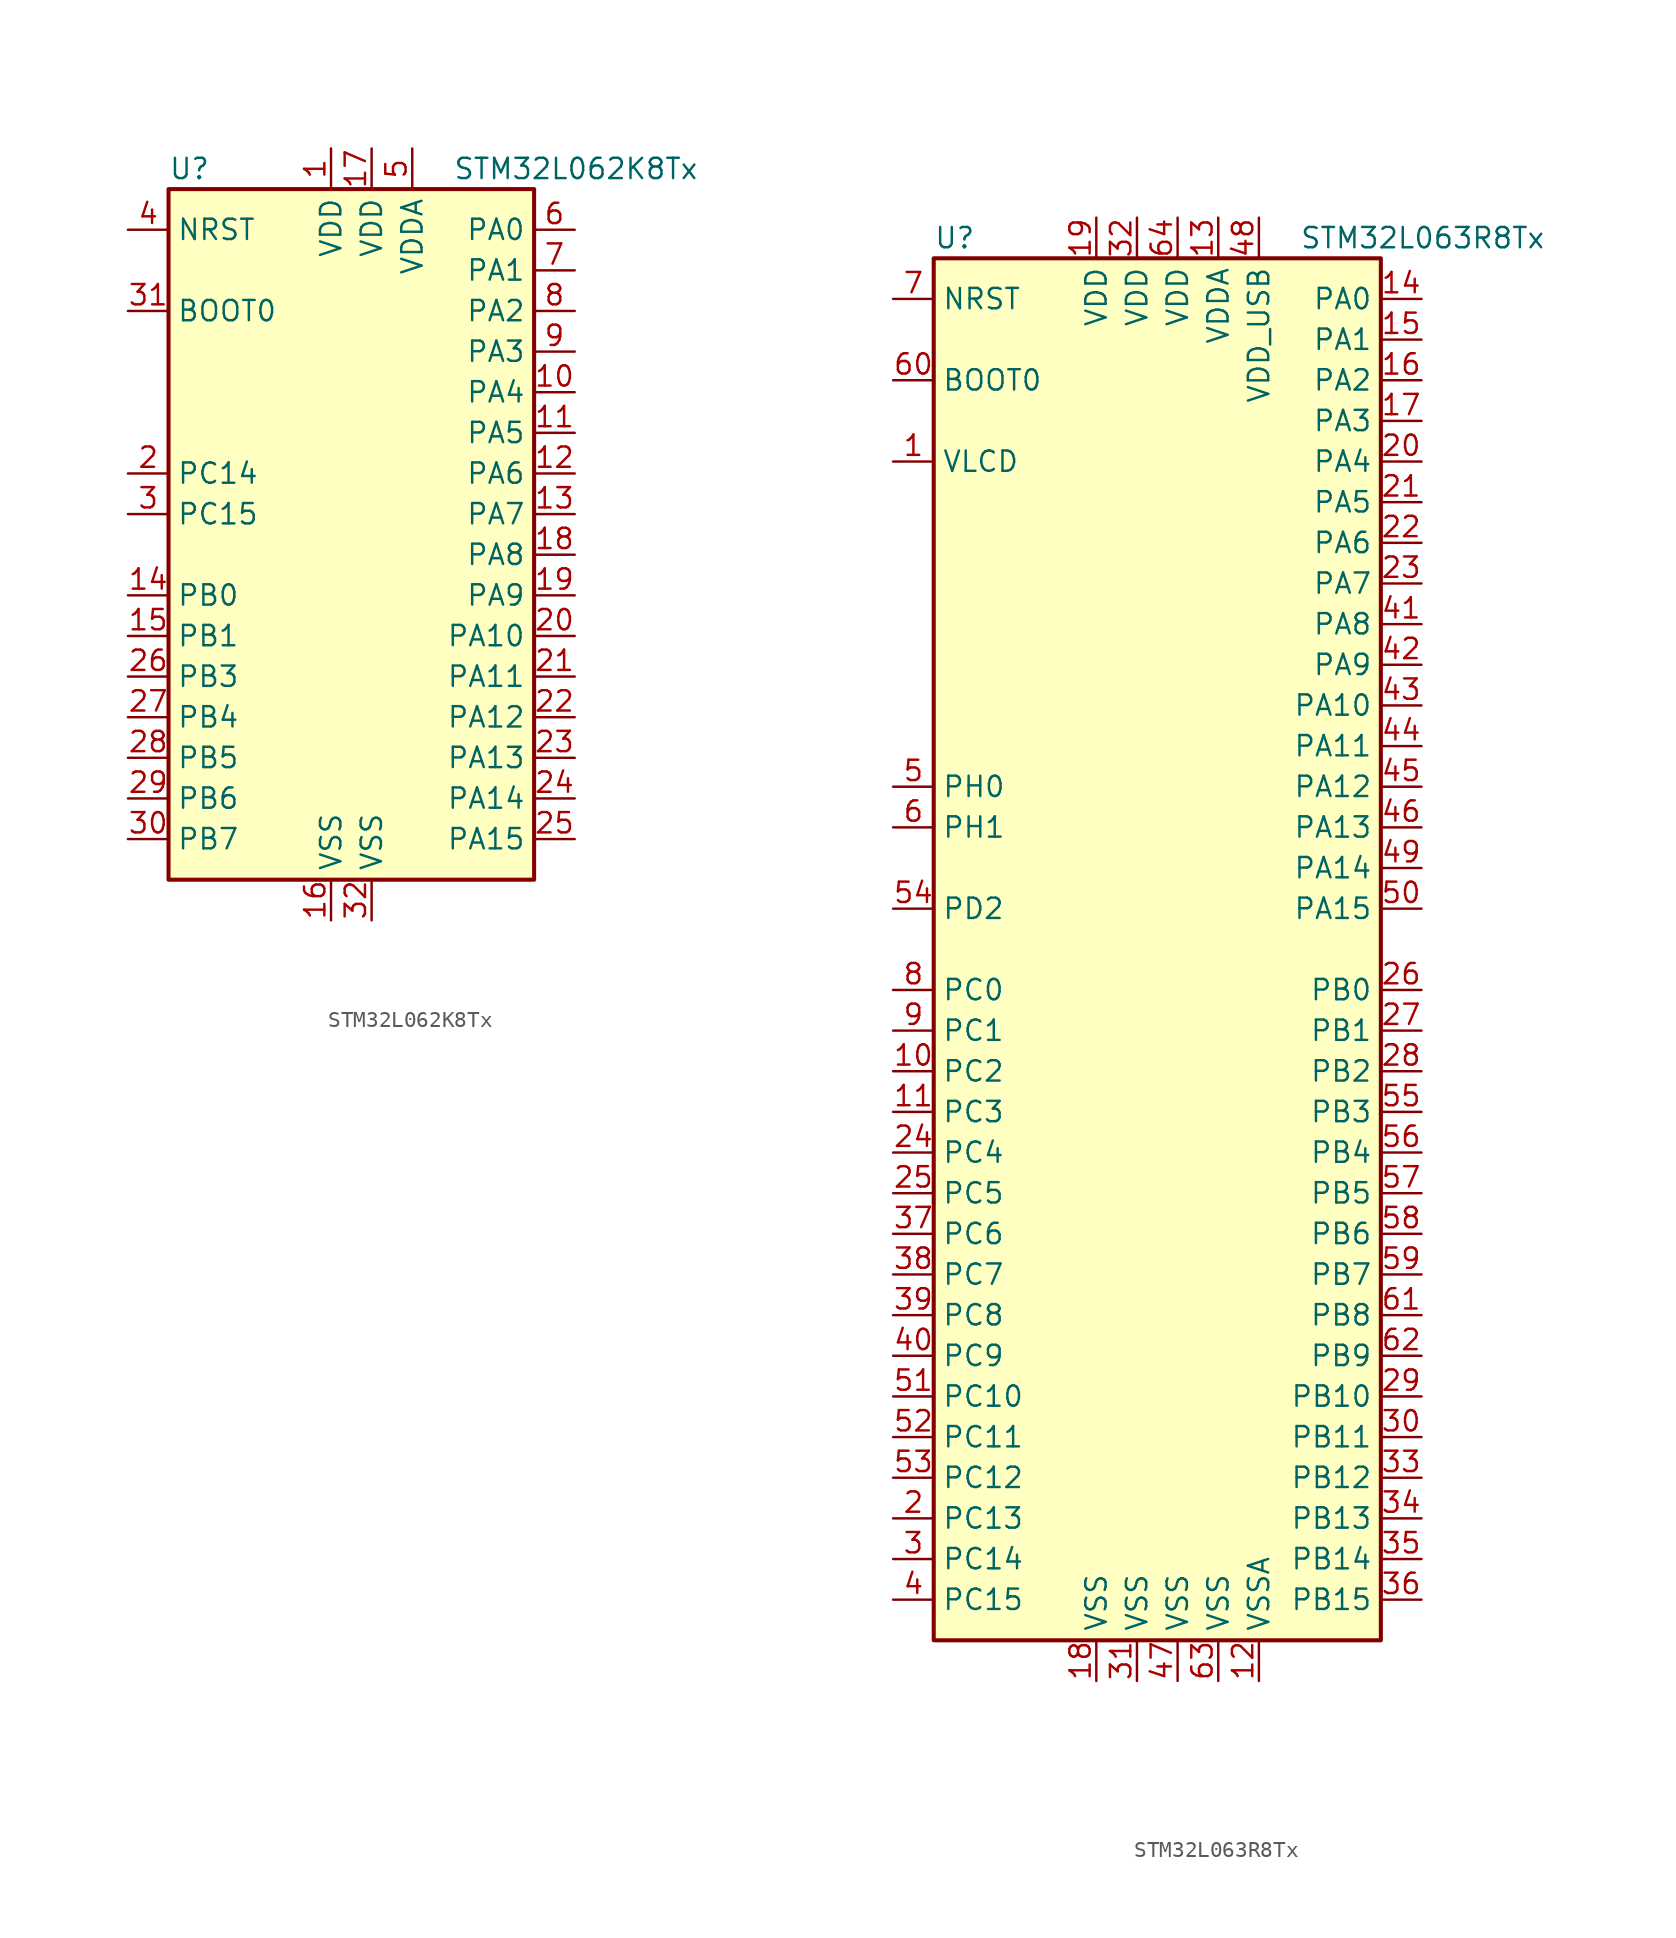
<source format=kicad_sym>
(kicad_symbol_lib
  (version 20201005)
  (generator kicad_symbol_editor)
  (symbol "STM32L062K8Tx"
    (property "Reference" "U"
      (at -12.7 21.59 0)
      (effects (font (size 1.27 1.27)) (justify left)))
    (property "Value" "STM32L062K8Tx"
      (at 5.08 21.59 0)
      (effects (font (size 1.27 1.27)) (justify left)))
    (symbol "STM32L062K8Tx_0_1"
      (rectangle (start -12.7 -22.86) (end 10.16 20.32) (stroke (width 0.254)) (fill (type background))))
    (symbol "STM32L062K8Tx_1_1"
      (pin power_in line (at -2.54 22.86 270) (length 2.54) (name "VDD" (effects (font (size 1.27 1.27)))) (number "1" (effects (font (size 1.27 1.27)))))
      (pin bidirectional line (at 12.7 7.62 180) (length 2.54) (name "PA4" (effects (font (size 1.27 1.27)))) (number "10" (effects (font (size 1.27 1.27)))))
      (pin bidirectional line (at 12.7 5.08 180) (length 2.54) (name "PA5" (effects (font (size 1.27 1.27)))) (number "11" (effects (font (size 1.27 1.27)))))
      (pin bidirectional line (at 12.7 2.54 180) (length 2.54) (name "PA6" (effects (font (size 1.27 1.27)))) (number "12" (effects (font (size 1.27 1.27)))))
      (pin bidirectional line (at 12.7 0 180) (length 2.54) (name "PA7" (effects (font (size 1.27 1.27)))) (number "13" (effects (font (size 1.27 1.27)))))
      (pin bidirectional line (at -15.24 -5.08 0) (length 2.54) (name "PB0" (effects (font (size 1.27 1.27)))) (number "14" (effects (font (size 1.27 1.27)))))
      (pin bidirectional line (at -15.24 -7.62 0) (length 2.54) (name "PB1" (effects (font (size 1.27 1.27)))) (number "15" (effects (font (size 1.27 1.27)))))
      (pin power_in line (at -2.54 -25.4 90) (length 2.54) (name "VSS" (effects (font (size 1.27 1.27)))) (number "16" (effects (font (size 1.27 1.27)))))
      (pin power_in line (at 0 22.86 270) (length 2.54) (name "VDD" (effects (font (size 1.27 1.27)))) (number "17" (effects (font (size 1.27 1.27)))))
      (pin bidirectional line (at 12.7 -2.54 180) (length 2.54) (name "PA8" (effects (font (size 1.27 1.27)))) (number "18" (effects (font (size 1.27 1.27)))))
      (pin bidirectional line (at 12.7 -5.08 180) (length 2.54) (name "PA9" (effects (font (size 1.27 1.27)))) (number "19" (effects (font (size 1.27 1.27)))))
      (pin bidirectional line (at -15.24 2.54 0) (length 2.54) (name "PC14" (effects (font (size 1.27 1.27)))) (number "2" (effects (font (size 1.27 1.27)))))
      (pin bidirectional line (at 12.7 -7.62 180) (length 2.54) (name "PA10" (effects (font (size 1.27 1.27)))) (number "20" (effects (font (size 1.27 1.27)))))
      (pin bidirectional line (at 12.7 -10.16 180) (length 2.54) (name "PA11" (effects (font (size 1.27 1.27)))) (number "21" (effects (font (size 1.27 1.27)))))
      (pin bidirectional line (at 12.7 -12.7 180) (length 2.54) (name "PA12" (effects (font (size 1.27 1.27)))) (number "22" (effects (font (size 1.27 1.27)))))
      (pin bidirectional line (at 12.7 -15.24 180) (length 2.54) (name "PA13" (effects (font (size 1.27 1.27)))) (number "23" (effects (font (size 1.27 1.27)))))
      (pin bidirectional line (at 12.7 -17.78 180) (length 2.54) (name "PA14" (effects (font (size 1.27 1.27)))) (number "24" (effects (font (size 1.27 1.27)))))
      (pin bidirectional line (at 12.7 -20.32 180) (length 2.54) (name "PA15" (effects (font (size 1.27 1.27)))) (number "25" (effects (font (size 1.27 1.27)))))
      (pin bidirectional line (at -15.24 -10.16 0) (length 2.54) (name "PB3" (effects (font (size 1.27 1.27)))) (number "26" (effects (font (size 1.27 1.27)))))
      (pin bidirectional line (at -15.24 -12.7 0) (length 2.54) (name "PB4" (effects (font (size 1.27 1.27)))) (number "27" (effects (font (size 1.27 1.27)))))
      (pin bidirectional line (at -15.24 -15.24 0) (length 2.54) (name "PB5" (effects (font (size 1.27 1.27)))) (number "28" (effects (font (size 1.27 1.27)))))
      (pin bidirectional line (at -15.24 -17.78 0) (length 2.54) (name "PB6" (effects (font (size 1.27 1.27)))) (number "29" (effects (font (size 1.27 1.27)))))
      (pin bidirectional line (at -15.24 0 0) (length 2.54) (name "PC15" (effects (font (size 1.27 1.27)))) (number "3" (effects (font (size 1.27 1.27)))))
      (pin bidirectional line (at -15.24 -20.32 0) (length 2.54) (name "PB7" (effects (font (size 1.27 1.27)))) (number "30" (effects (font (size 1.27 1.27)))))
      (pin input line (at -15.24 12.7 0) (length 2.54) (name "BOOT0" (effects (font (size 1.27 1.27)))) (number "31" (effects (font (size 1.27 1.27)))))
      (pin power_in line (at 0 -25.4 90) (length 2.54) (name "VSS" (effects (font (size 1.27 1.27)))) (number "32" (effects (font (size 1.27 1.27)))))
      (pin input line (at -15.24 17.78 0) (length 2.54) (name "NRST" (effects (font (size 1.27 1.27)))) (number "4" (effects (font (size 1.27 1.27)))))
      (pin power_in line (at 2.54 22.86 270) (length 2.54) (name "VDDA" (effects (font (size 1.27 1.27)))) (number "5" (effects (font (size 1.27 1.27)))))
      (pin bidirectional line (at 12.7 17.78 180) (length 2.54) (name "PA0" (effects (font (size 1.27 1.27)))) (number "6" (effects (font (size 1.27 1.27)))))
      (pin bidirectional line (at 12.7 15.24 180) (length 2.54) (name "PA1" (effects (font (size 1.27 1.27)))) (number "7" (effects (font (size 1.27 1.27)))))
      (pin bidirectional line (at 12.7 12.7 180) (length 2.54) (name "PA2" (effects (font (size 1.27 1.27)))) (number "8" (effects (font (size 1.27 1.27)))))
      (pin bidirectional line (at 12.7 10.16 180) (length 2.54) (name "PA3" (effects (font (size 1.27 1.27)))) (number "9" (effects (font (size 1.27 1.27)))))))
  (symbol "STM32L063R8Tx"
    (property "Reference" "U"
      (at -15.24 44.45 0)
      (effects (font (size 1.27 1.27)) (justify left)))
    (property "Value" "STM32L063R8Tx"
      (at 7.62 44.45 0)
      (effects (font (size 1.27 1.27)) (justify left)))
    (symbol "STM32L063R8Tx_0_1"
      (rectangle (start -15.24 -43.18) (end 12.7 43.18) (stroke (width 0.254)) (fill (type background))))
    (symbol "STM32L063R8Tx_1_1"
      (pin power_in line (at -17.78 30.48 0) (length 2.54) (name "VLCD" (effects (font (size 1.27 1.27)))) (number "1" (effects (font (size 1.27 1.27)))))
      (pin bidirectional line (at -17.78 -7.62 0) (length 2.54) (name "PC2" (effects (font (size 1.27 1.27)))) (number "10" (effects (font (size 1.27 1.27)))))
      (pin bidirectional line (at -17.78 -10.16 0) (length 2.54) (name "PC3" (effects (font (size 1.27 1.27)))) (number "11" (effects (font (size 1.27 1.27)))))
      (pin power_in line (at 5.08 -45.72 90) (length 2.54) (name "VSSA" (effects (font (size 1.27 1.27)))) (number "12" (effects (font (size 1.27 1.27)))))
      (pin power_in line (at 2.54 45.72 270) (length 2.54) (name "VDDA" (effects (font (size 1.27 1.27)))) (number "13" (effects (font (size 1.27 1.27)))))
      (pin bidirectional line (at 15.24 40.64 180) (length 2.54) (name "PA0" (effects (font (size 1.27 1.27)))) (number "14" (effects (font (size 1.27 1.27)))))
      (pin bidirectional line (at 15.24 38.1 180) (length 2.54) (name "PA1" (effects (font (size 1.27 1.27)))) (number "15" (effects (font (size 1.27 1.27)))))
      (pin bidirectional line (at 15.24 35.56 180) (length 2.54) (name "PA2" (effects (font (size 1.27 1.27)))) (number "16" (effects (font (size 1.27 1.27)))))
      (pin bidirectional line (at 15.24 33.02 180) (length 2.54) (name "PA3" (effects (font (size 1.27 1.27)))) (number "17" (effects (font (size 1.27 1.27)))))
      (pin power_in line (at -5.08 -45.72 90) (length 2.54) (name "VSS" (effects (font (size 1.27 1.27)))) (number "18" (effects (font (size 1.27 1.27)))))
      (pin power_in line (at -5.08 45.72 270) (length 2.54) (name "VDD" (effects (font (size 1.27 1.27)))) (number "19" (effects (font (size 1.27 1.27)))))
      (pin bidirectional line (at -17.78 -35.56 0) (length 2.54) (name "PC13" (effects (font (size 1.27 1.27)))) (number "2" (effects (font (size 1.27 1.27)))))
      (pin bidirectional line (at 15.24 30.48 180) (length 2.54) (name "PA4" (effects (font (size 1.27 1.27)))) (number "20" (effects (font (size 1.27 1.27)))))
      (pin bidirectional line (at 15.24 27.94 180) (length 2.54) (name "PA5" (effects (font (size 1.27 1.27)))) (number "21" (effects (font (size 1.27 1.27)))))
      (pin bidirectional line (at 15.24 25.4 180) (length 2.54) (name "PA6" (effects (font (size 1.27 1.27)))) (number "22" (effects (font (size 1.27 1.27)))))
      (pin bidirectional line (at 15.24 22.86 180) (length 2.54) (name "PA7" (effects (font (size 1.27 1.27)))) (number "23" (effects (font (size 1.27 1.27)))))
      (pin bidirectional line (at -17.78 -12.7 0) (length 2.54) (name "PC4" (effects (font (size 1.27 1.27)))) (number "24" (effects (font (size 1.27 1.27)))))
      (pin bidirectional line (at -17.78 -15.24 0) (length 2.54) (name "PC5" (effects (font (size 1.27 1.27)))) (number "25" (effects (font (size 1.27 1.27)))))
      (pin bidirectional line (at 15.24 -2.54 180) (length 2.54) (name "PB0" (effects (font (size 1.27 1.27)))) (number "26" (effects (font (size 1.27 1.27)))))
      (pin bidirectional line (at 15.24 -5.08 180) (length 2.54) (name "PB1" (effects (font (size 1.27 1.27)))) (number "27" (effects (font (size 1.27 1.27)))))
      (pin bidirectional line (at 15.24 -7.62 180) (length 2.54) (name "PB2" (effects (font (size 1.27 1.27)))) (number "28" (effects (font (size 1.27 1.27)))))
      (pin bidirectional line (at 15.24 -27.94 180) (length 2.54) (name "PB10" (effects (font (size 1.27 1.27)))) (number "29" (effects (font (size 1.27 1.27)))))
      (pin bidirectional line (at -17.78 -38.1 0) (length 2.54) (name "PC14" (effects (font (size 1.27 1.27)))) (number "3" (effects (font (size 1.27 1.27)))))
      (pin bidirectional line (at 15.24 -30.48 180) (length 2.54) (name "PB11" (effects (font (size 1.27 1.27)))) (number "30" (effects (font (size 1.27 1.27)))))
      (pin power_in line (at -2.54 -45.72 90) (length 2.54) (name "VSS" (effects (font (size 1.27 1.27)))) (number "31" (effects (font (size 1.27 1.27)))))
      (pin power_in line (at -2.54 45.72 270) (length 2.54) (name "VDD" (effects (font (size 1.27 1.27)))) (number "32" (effects (font (size 1.27 1.27)))))
      (pin bidirectional line (at 15.24 -33.02 180) (length 2.54) (name "PB12" (effects (font (size 1.27 1.27)))) (number "33" (effects (font (size 1.27 1.27)))))
      (pin bidirectional line (at 15.24 -35.56 180) (length 2.54) (name "PB13" (effects (font (size 1.27 1.27)))) (number "34" (effects (font (size 1.27 1.27)))))
      (pin bidirectional line (at 15.24 -38.1 180) (length 2.54) (name "PB14" (effects (font (size 1.27 1.27)))) (number "35" (effects (font (size 1.27 1.27)))))
      (pin bidirectional line (at 15.24 -40.64 180) (length 2.54) (name "PB15" (effects (font (size 1.27 1.27)))) (number "36" (effects (font (size 1.27 1.27)))))
      (pin bidirectional line (at -17.78 -17.78 0) (length 2.54) (name "PC6" (effects (font (size 1.27 1.27)))) (number "37" (effects (font (size 1.27 1.27)))))
      (pin bidirectional line (at -17.78 -20.32 0) (length 2.54) (name "PC7" (effects (font (size 1.27 1.27)))) (number "38" (effects (font (size 1.27 1.27)))))
      (pin bidirectional line (at -17.78 -22.86 0) (length 2.54) (name "PC8" (effects (font (size 1.27 1.27)))) (number "39" (effects (font (size 1.27 1.27)))))
      (pin bidirectional line (at -17.78 -40.64 0) (length 2.54) (name "PC15" (effects (font (size 1.27 1.27)))) (number "4" (effects (font (size 1.27 1.27)))))
      (pin bidirectional line (at -17.78 -25.4 0) (length 2.54) (name "PC9" (effects (font (size 1.27 1.27)))) (number "40" (effects (font (size 1.27 1.27)))))
      (pin bidirectional line (at 15.24 20.32 180) (length 2.54) (name "PA8" (effects (font (size 1.27 1.27)))) (number "41" (effects (font (size 1.27 1.27)))))
      (pin bidirectional line (at 15.24 17.78 180) (length 2.54) (name "PA9" (effects (font (size 1.27 1.27)))) (number "42" (effects (font (size 1.27 1.27)))))
      (pin bidirectional line (at 15.24 15.24 180) (length 2.54) (name "PA10" (effects (font (size 1.27 1.27)))) (number "43" (effects (font (size 1.27 1.27)))))
      (pin bidirectional line (at 15.24 12.7 180) (length 2.54) (name "PA11" (effects (font (size 1.27 1.27)))) (number "44" (effects (font (size 1.27 1.27)))))
      (pin bidirectional line (at 15.24 10.16 180) (length 2.54) (name "PA12" (effects (font (size 1.27 1.27)))) (number "45" (effects (font (size 1.27 1.27)))))
      (pin bidirectional line (at 15.24 7.62 180) (length 2.54) (name "PA13" (effects (font (size 1.27 1.27)))) (number "46" (effects (font (size 1.27 1.27)))))
      (pin power_in line (at 0 -45.72 90) (length 2.54) (name "VSS" (effects (font (size 1.27 1.27)))) (number "47" (effects (font (size 1.27 1.27)))))
      (pin power_in line (at 5.08 45.72 270) (length 2.54) (name "VDD_USB" (effects (font (size 1.27 1.27)))) (number "48" (effects (font (size 1.27 1.27)))))
      (pin bidirectional line (at 15.24 5.08 180) (length 2.54) (name "PA14" (effects (font (size 1.27 1.27)))) (number "49" (effects (font (size 1.27 1.27)))))
      (pin input line (at -17.78 10.16 0) (length 2.54) (name "PH0" (effects (font (size 1.27 1.27)))) (number "5" (effects (font (size 1.27 1.27)))))
      (pin bidirectional line (at 15.24 2.54 180) (length 2.54) (name "PA15" (effects (font (size 1.27 1.27)))) (number "50" (effects (font (size 1.27 1.27)))))
      (pin bidirectional line (at -17.78 -27.94 0) (length 2.54) (name "PC10" (effects (font (size 1.27 1.27)))) (number "51" (effects (font (size 1.27 1.27)))))
      (pin bidirectional line (at -17.78 -30.48 0) (length 2.54) (name "PC11" (effects (font (size 1.27 1.27)))) (number "52" (effects (font (size 1.27 1.27)))))
      (pin bidirectional line (at -17.78 -33.02 0) (length 2.54) (name "PC12" (effects (font (size 1.27 1.27)))) (number "53" (effects (font (size 1.27 1.27)))))
      (pin bidirectional line (at -17.78 2.54 0) (length 2.54) (name "PD2" (effects (font (size 1.27 1.27)))) (number "54" (effects (font (size 1.27 1.27)))))
      (pin bidirectional line (at 15.24 -10.16 180) (length 2.54) (name "PB3" (effects (font (size 1.27 1.27)))) (number "55" (effects (font (size 1.27 1.27)))))
      (pin bidirectional line (at 15.24 -12.7 180) (length 2.54) (name "PB4" (effects (font (size 1.27 1.27)))) (number "56" (effects (font (size 1.27 1.27)))))
      (pin bidirectional line (at 15.24 -15.24 180) (length 2.54) (name "PB5" (effects (font (size 1.27 1.27)))) (number "57" (effects (font (size 1.27 1.27)))))
      (pin bidirectional line (at 15.24 -17.78 180) (length 2.54) (name "PB6" (effects (font (size 1.27 1.27)))) (number "58" (effects (font (size 1.27 1.27)))))
      (pin bidirectional line (at 15.24 -20.32 180) (length 2.54) (name "PB7" (effects (font (size 1.27 1.27)))) (number "59" (effects (font (size 1.27 1.27)))))
      (pin input line (at -17.78 7.62 0) (length 2.54) (name "PH1" (effects (font (size 1.27 1.27)))) (number "6" (effects (font (size 1.27 1.27)))))
      (pin input line (at -17.78 35.56 0) (length 2.54) (name "BOOT0" (effects (font (size 1.27 1.27)))) (number "60" (effects (font (size 1.27 1.27)))))
      (pin bidirectional line (at 15.24 -22.86 180) (length 2.54) (name "PB8" (effects (font (size 1.27 1.27)))) (number "61" (effects (font (size 1.27 1.27)))))
      (pin bidirectional line (at 15.24 -25.4 180) (length 2.54) (name "PB9" (effects (font (size 1.27 1.27)))) (number "62" (effects (font (size 1.27 1.27)))))
      (pin power_in line (at 2.54 -45.72 90) (length 2.54) (name "VSS" (effects (font (size 1.27 1.27)))) (number "63" (effects (font (size 1.27 1.27)))))
      (pin power_in line (at 0 45.72 270) (length 2.54) (name "VDD" (effects (font (size 1.27 1.27)))) (number "64" (effects (font (size 1.27 1.27)))))
      (pin input line (at -17.78 40.64 0) (length 2.54) (name "NRST" (effects (font (size 1.27 1.27)))) (number "7" (effects (font (size 1.27 1.27)))))
      (pin bidirectional line (at -17.78 -2.54 0) (length 2.54) (name "PC0" (effects (font (size 1.27 1.27)))) (number "8" (effects (font (size 1.27 1.27)))))
      (pin bidirectional line (at -17.78 -5.08 0) (length 2.54) (name "PC1" (effects (font (size 1.27 1.27)))) (number "9" (effects (font (size 1.27 1.27))))))))
</source>
